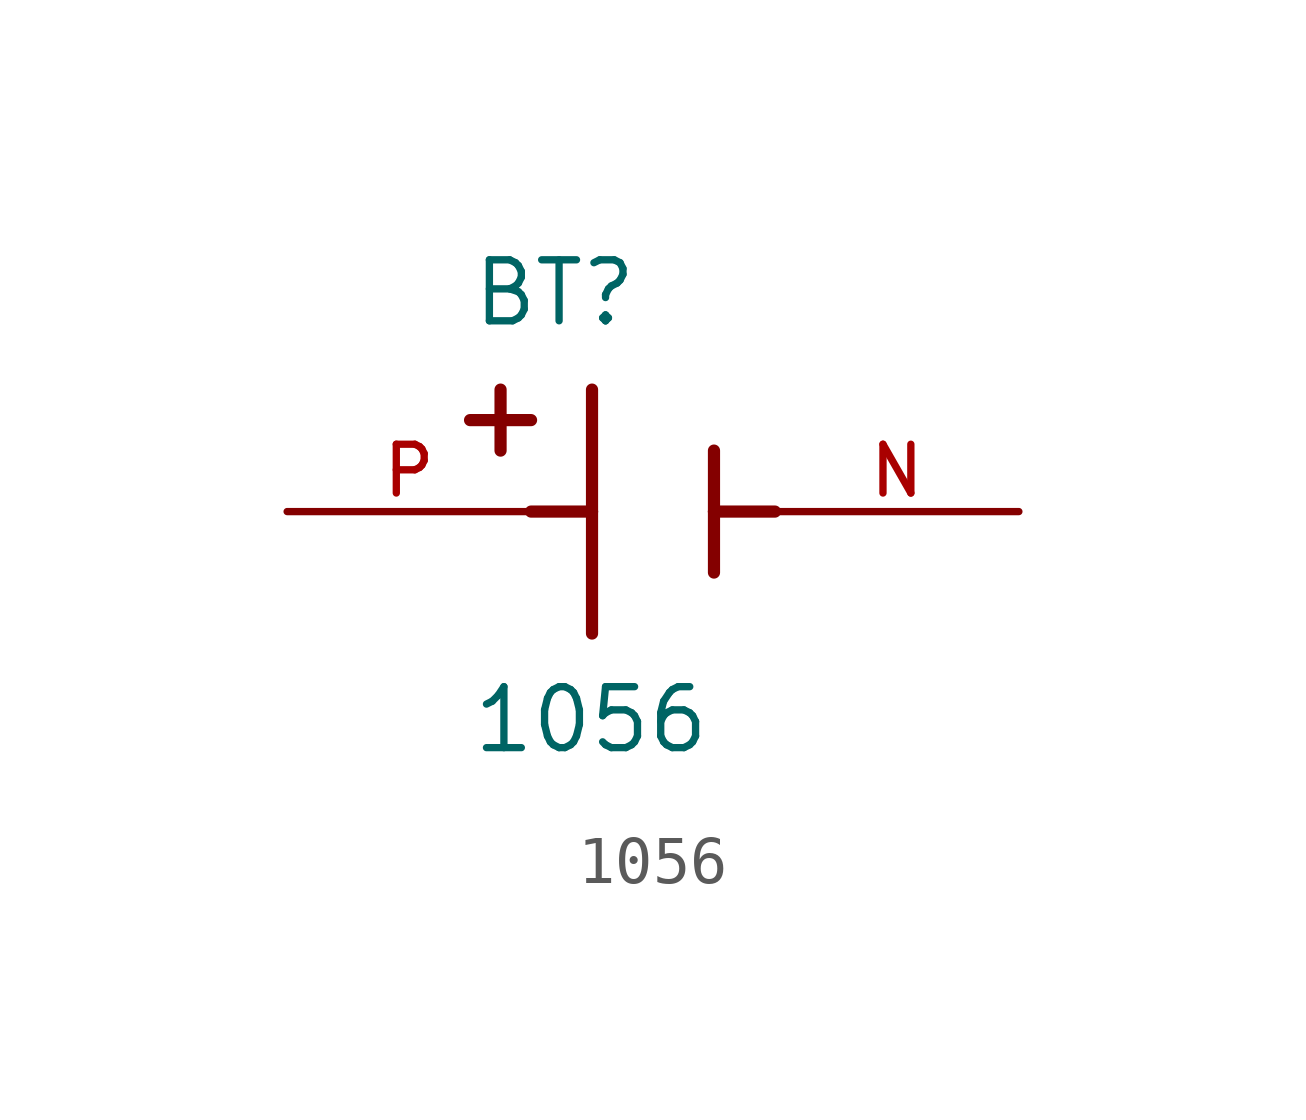
<source format=kicad_sym>
(kicad_symbol_lib
  (version 20211014)
  (generator kicad_symbol_editor)
  (symbol "1056"
    (pin_names
      (offset 1.016))
    (property "Reference" "BT"
      (at -3.81 3.81 0)
      (effects (font (size 1.27 1.27)) (justify bottom left)))
    (property "Value" "1056"
      (at -3.81 -5.08 0)
      (effects (font (size 1.27 1.27)) (justify bottom left)))
    (symbol "1056_0_0"
      (polyline (pts (xy -1.27 2.54) (xy -1.27 0.0)) (stroke (width 0.254)))
      (polyline (pts (xy -1.27 0.0) (xy -1.27 -2.54)) (stroke (width 0.254)))
      (polyline (pts (xy 1.27 1.27) (xy 1.27 0.0)) (stroke (width 0.254)))
      (polyline (pts (xy 1.27 0.0) (xy 1.27 -1.27)) (stroke (width 0.254)))
      (polyline (pts (xy -1.27 0.0) (xy -2.54 0.0)) (stroke (width 0.254)))
      (polyline (pts (xy 1.27 0.0) (xy 2.54 0.0)) (stroke (width 0.254)))
      (polyline (pts (xy -3.175 2.54) (xy -3.175 1.27)) (stroke (width 0.254)))
      (polyline (pts (xy -3.81 1.905) (xy -2.54 1.905)) (stroke (width 0.254)))
      (pin passive line (at -7.62 0.0 0) (length 5.08) (name "~" (effects (font (size 1.016 1.016)))) (number "P" (effects (font (size 1.016 1.016)))))
      (pin passive line (at 7.62 0.0 180.0) (length 5.08) (name "~" (effects (font (size 1.016 1.016)))) (number "N" (effects (font (size 1.016 1.016))))))))
</source>
